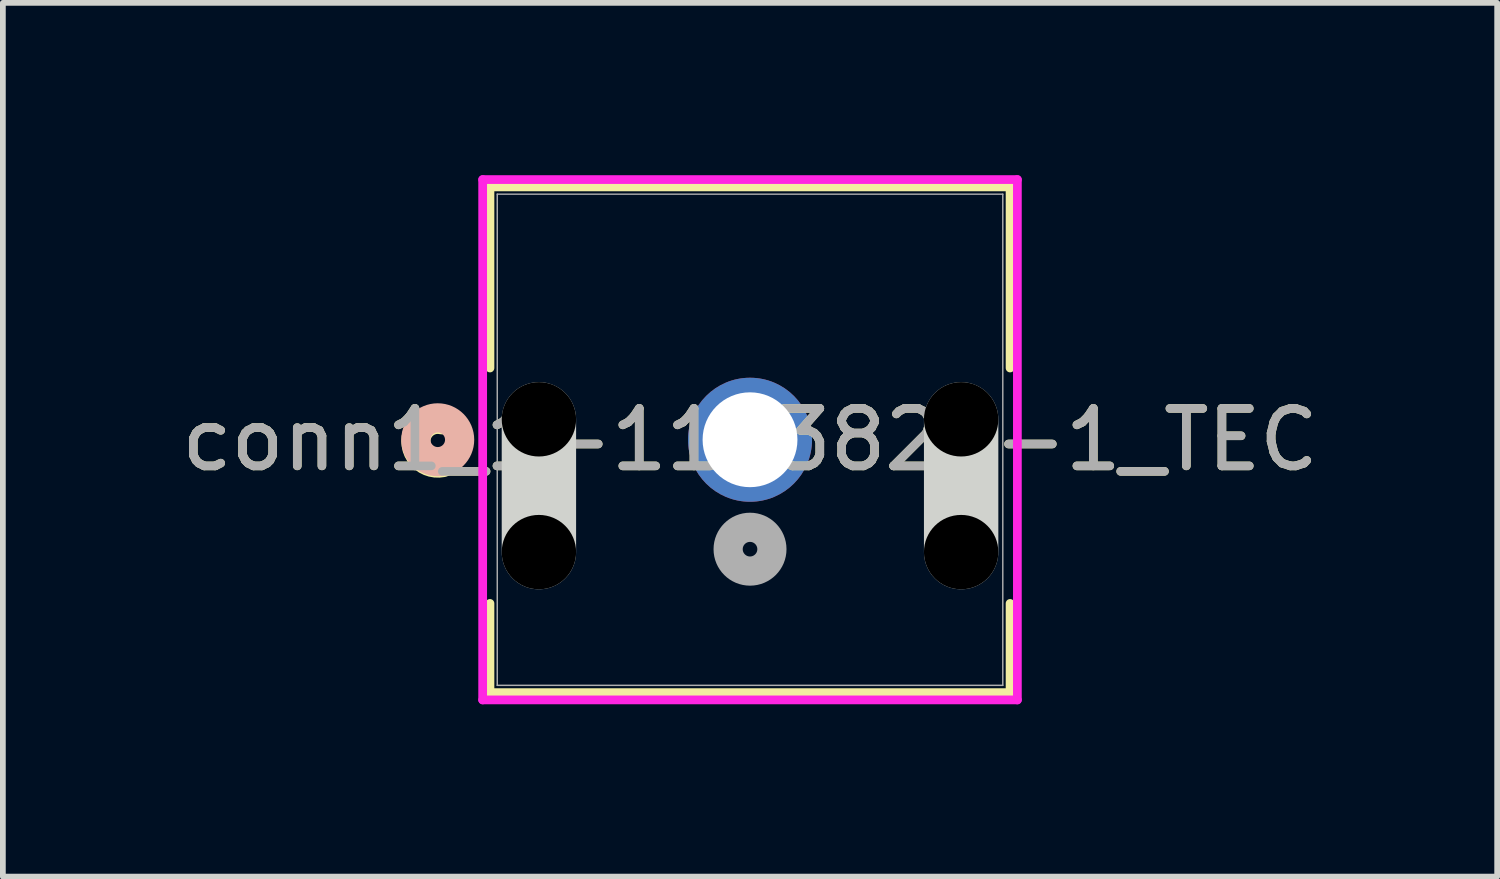
<source format=kicad_pcb>
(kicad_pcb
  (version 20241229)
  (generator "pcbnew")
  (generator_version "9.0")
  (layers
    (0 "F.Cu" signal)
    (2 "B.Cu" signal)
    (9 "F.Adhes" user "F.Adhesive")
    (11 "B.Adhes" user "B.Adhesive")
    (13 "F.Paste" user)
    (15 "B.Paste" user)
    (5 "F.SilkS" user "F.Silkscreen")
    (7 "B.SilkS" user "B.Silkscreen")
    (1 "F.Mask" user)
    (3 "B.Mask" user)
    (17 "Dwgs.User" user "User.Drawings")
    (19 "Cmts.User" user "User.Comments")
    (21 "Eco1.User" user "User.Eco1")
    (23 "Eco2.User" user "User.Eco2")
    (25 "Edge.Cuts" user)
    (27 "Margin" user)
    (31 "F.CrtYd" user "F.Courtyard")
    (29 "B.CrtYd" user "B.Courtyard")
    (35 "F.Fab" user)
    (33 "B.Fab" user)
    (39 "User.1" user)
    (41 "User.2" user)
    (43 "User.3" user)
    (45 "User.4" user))
  (footprint "conn1_1-1123824-1_TEC"
    (layer "F.Cu")
    (at 10.006 4.605)
    (property "Reference" "conn1_1-1123824-1_TEC" (at 0 0 0) (unlocked yes) (layer "F.SilkS") (effects (font (size 1 1) (thickness 0.15))))
    (attr through_hole)
    (fp_line (start -4.527 -4.402) (end -4.527 -1.249) (stroke (width 0.152) (type solid)) (layer "F.SilkS"))
    (fp_line (start -4.527 2.849) (end -4.527 4.402) (stroke (width 0.152) (type solid)) (layer "F.SilkS"))
    (fp_line (start -4.527 4.402) (end 4.527 4.402) (stroke (width 0.152) (type solid)) (layer "F.SilkS"))
    (fp_line (start 4.527 -4.402) (end -4.527 -4.402) (stroke (width 0.152) (type solid)) (layer "F.SilkS"))
    (fp_line (start 4.527 -1.249) (end 4.527 -4.402) (stroke (width 0.152) (type solid)) (layer "F.SilkS"))
    (fp_line (start 4.527 4.402) (end 4.527 2.849) (stroke (width 0.152) (type solid)) (layer "F.SilkS"))
    (fp_arc (start -5.36084 0.398993) (mid -5.8166 0.025342) (end -5.360726 -0.34817) (stroke (width 0.508) (type solid)) (layer "F.SilkS"))
    (fp_circle (center -5.436 0) (end -5.055 0) (stroke (width 0.508) (type solid)) (fill no) (layer "B.SilkS"))
    (fp_line (start -3.675 1.956) (end -3.675 -0.356) (stroke (width 1.295) (type solid)) (layer "Edge.Cuts"))
    (fp_line (start 3.675 1.956) (end 3.675 -0.356) (stroke (width 1.295) (type solid)) (layer "Edge.Cuts"))
    (fp_line (start -4.654 -4.529) (end -4.654 4.529) (stroke (width 0.152) (type solid)) (layer "F.CrtYd"))
    (fp_line (start -4.654 4.529) (end 4.654 4.529) (stroke (width 0.152) (type solid)) (layer "F.CrtYd"))
    (fp_line (start 4.654 -4.529) (end -4.654 -4.529) (stroke (width 0.152) (type solid)) (layer "F.CrtYd"))
    (fp_line (start 4.654 4.529) (end 4.654 -4.529) (stroke (width 0.152) (type solid)) (layer "F.CrtYd"))
    (fp_line (start -4.4 -4.275) (end -4.4 4.275) (stroke (width 0.025) (type solid)) (layer "F.Fab"))
    (fp_line (start -4.4 4.275) (end 4.4 4.275) (stroke (width 0.025) (type solid)) (layer "F.Fab"))
    (fp_line (start 4.4 -4.275) (end -4.4 -4.275) (stroke (width 0.025) (type solid)) (layer "F.Fab"))
    (fp_line (start 4.4 4.275) (end 4.4 -4.275) (stroke (width 0.025) (type solid)) (layer "F.Fab"))
    (fp_circle (center 0 1.905) (end 0.381 1.905) (stroke (width 0.508) (type solid)) (fill no) (layer "F.Fab"))
    (fp_text user "${REFERENCE}" (at 0 0 0) (unlocked yes) (layer "F.Fab") (effects (font (size 1 1) (thickness 0.15))))
    (pad "" np_thru_hole circle (at -3.675 -0.356) (size 1.295 1.295) (drill 1.295) (layers))
    (pad "" np_thru_hole circle (at -3.675 1.956) (size 1.295 1.295) (drill 1.295) (layers))
    (pad "" np_thru_hole circle (at 3.675 -0.356) (size 1.295 1.295) (drill 1.295) (layers))
    (pad "" np_thru_hole circle (at 3.675 1.956) (size 1.295 1.295) (drill 1.295) (layers))
    (pad "1" thru_hole circle (at 0 0) (size 2.159 2.159) (drill 1.651) (layers "*.Cu" "*.Mask")))
  (gr_rect
    (start -3 -3)
    (end 23.012 12.21)
    (stroke (width 0.1) (type default))
    (fill no)
    (layer "Edge.Cuts")))
</source>
